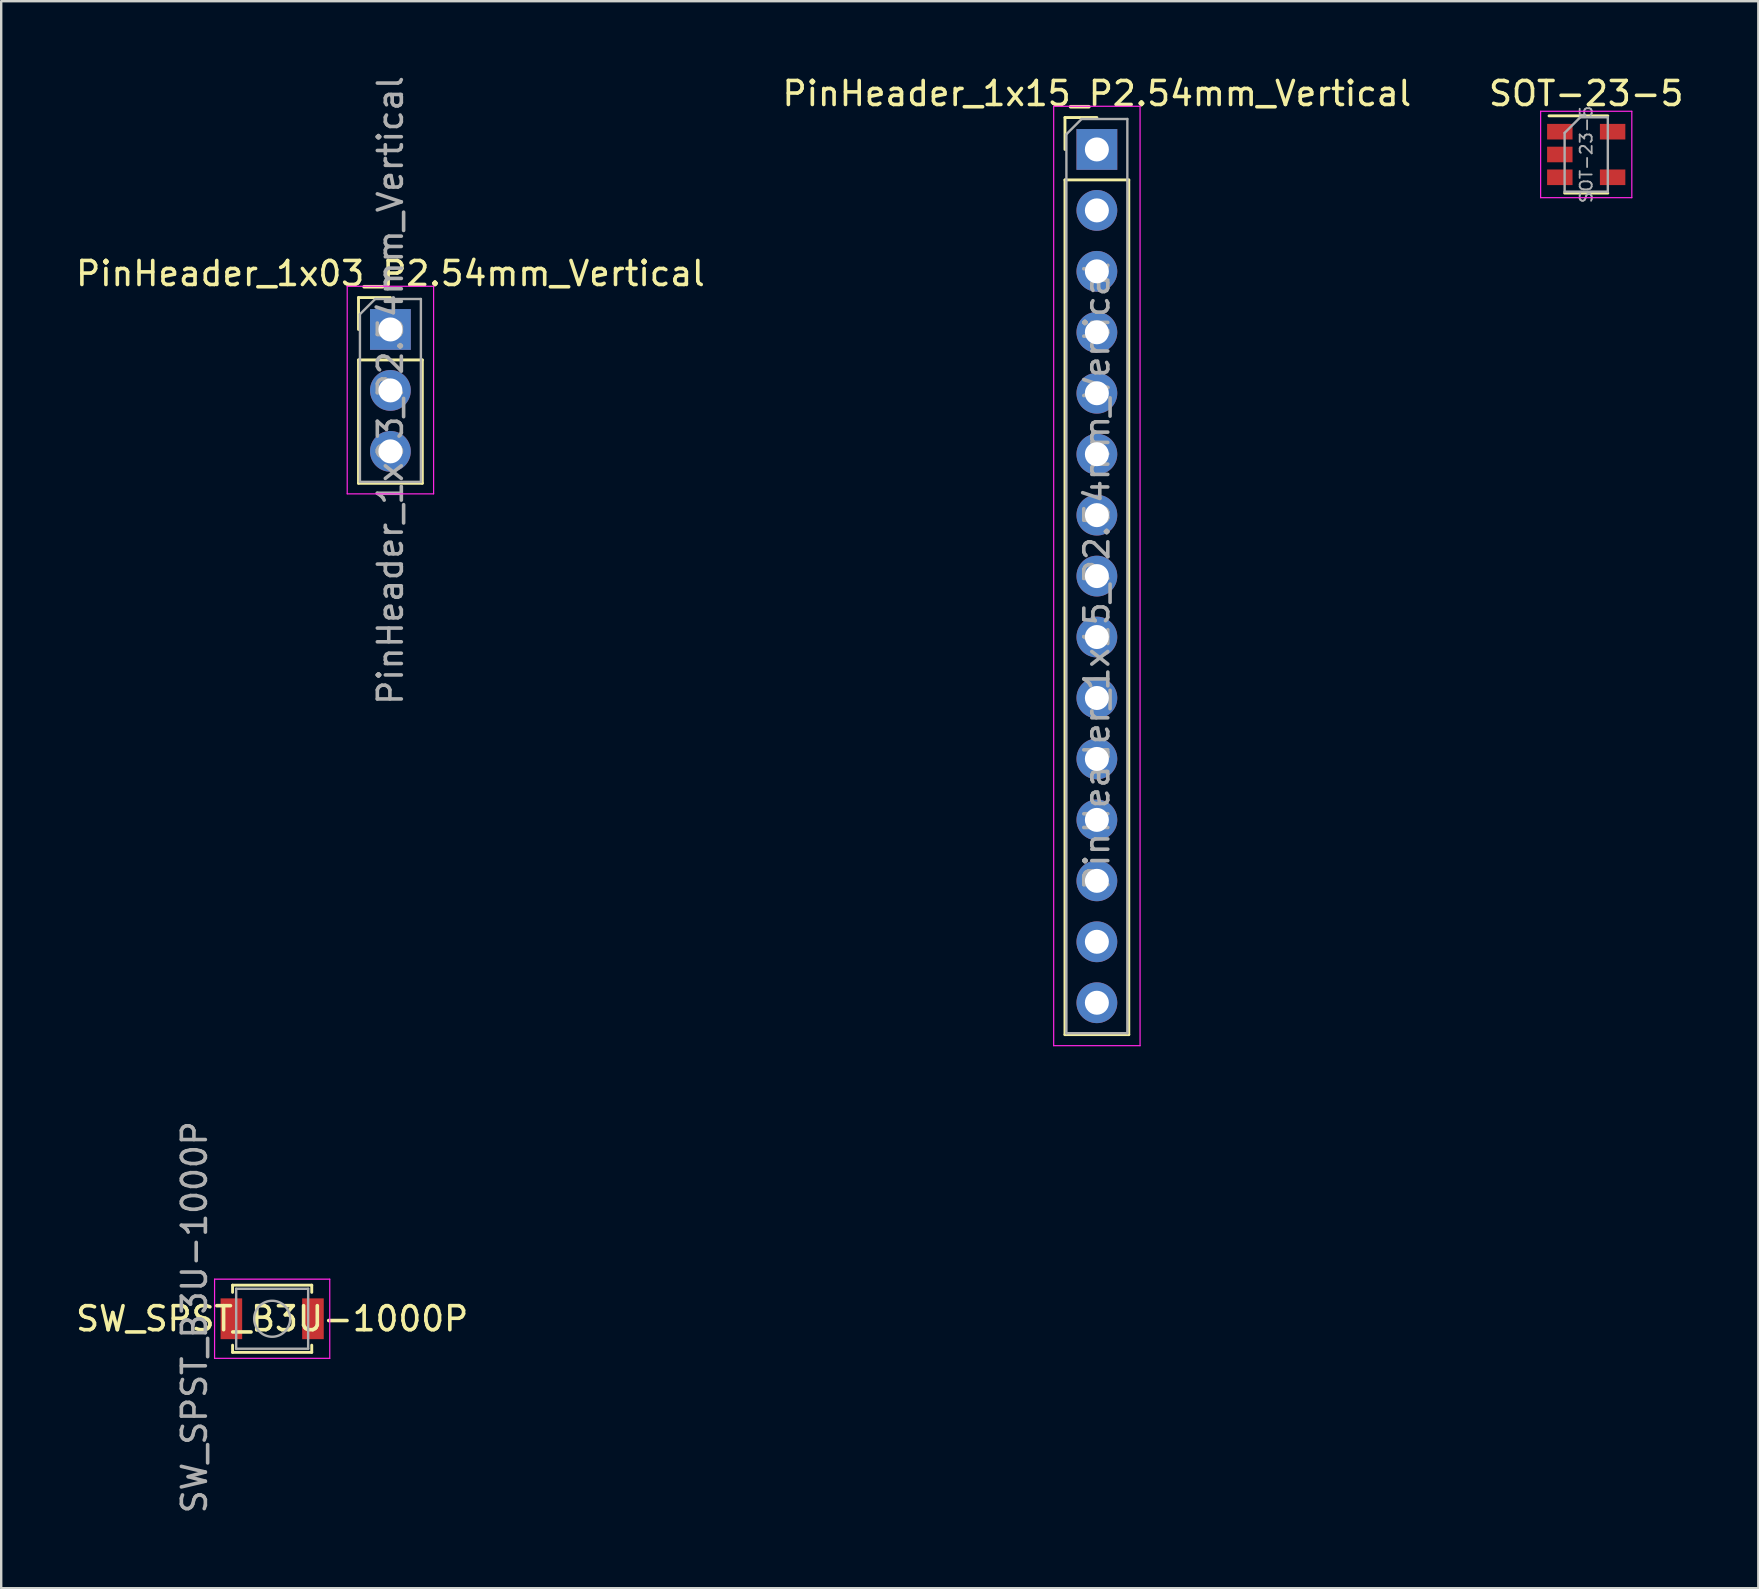
<source format=kicad_pcb>
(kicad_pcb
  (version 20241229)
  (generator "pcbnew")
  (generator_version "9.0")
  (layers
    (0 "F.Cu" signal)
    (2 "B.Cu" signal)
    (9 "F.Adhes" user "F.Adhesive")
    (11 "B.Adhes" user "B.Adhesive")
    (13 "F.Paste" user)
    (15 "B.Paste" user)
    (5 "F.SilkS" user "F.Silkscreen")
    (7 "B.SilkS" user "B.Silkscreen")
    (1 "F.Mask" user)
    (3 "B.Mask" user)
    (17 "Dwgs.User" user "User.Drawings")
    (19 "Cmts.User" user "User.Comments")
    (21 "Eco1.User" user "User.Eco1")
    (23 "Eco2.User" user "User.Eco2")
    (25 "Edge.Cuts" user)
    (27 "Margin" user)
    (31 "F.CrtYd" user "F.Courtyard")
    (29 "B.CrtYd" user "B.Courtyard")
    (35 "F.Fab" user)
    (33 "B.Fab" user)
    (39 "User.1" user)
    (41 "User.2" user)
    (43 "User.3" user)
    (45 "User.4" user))
  (footprint "PinHeader_1x03_P2.54mm_Vertical"
    (layer "F.Cu")
    (at 13.22 10.68)
    (property "Reference" "PinHeader_1x03_P2.54mm_Vertical" (at 0 -2.33 0) (layer "F.SilkS") (effects (font (size 1 1) (thickness 0.15))))
    (attr through_hole)
    (fp_line (start -1.33 -1.33) (end 0 -1.33) (stroke (width 0.12) (type solid)) (layer "F.SilkS"))
    (fp_line (start -1.33 0) (end -1.33 -1.33) (stroke (width 0.12) (type solid)) (layer "F.SilkS"))
    (fp_line (start -1.33 1.27) (end -1.33 6.41) (stroke (width 0.12) (type solid)) (layer "F.SilkS"))
    (fp_line (start -1.33 1.27) (end 1.33 1.27) (stroke (width 0.12) (type solid)) (layer "F.SilkS"))
    (fp_line (start -1.33 6.41) (end 1.33 6.41) (stroke (width 0.12) (type solid)) (layer "F.SilkS"))
    (fp_line (start 1.33 1.27) (end 1.33 6.41) (stroke (width 0.12) (type solid)) (layer "F.SilkS"))
    (fp_line (start -1.8 -1.8) (end -1.8 6.85) (stroke (width 0.05) (type solid)) (layer "F.CrtYd"))
    (fp_line (start -1.8 6.85) (end 1.8 6.85) (stroke (width 0.05) (type solid)) (layer "F.CrtYd"))
    (fp_line (start 1.8 -1.8) (end -1.8 -1.8) (stroke (width 0.05) (type solid)) (layer "F.CrtYd"))
    (fp_line (start 1.8 6.85) (end 1.8 -1.8) (stroke (width 0.05) (type solid)) (layer "F.CrtYd"))
    (fp_line (start -1.27 -0.635) (end -0.635 -1.27) (stroke (width 0.1) (type solid)) (layer "F.Fab"))
    (fp_line (start -1.27 6.35) (end -1.27 -0.635) (stroke (width 0.1) (type solid)) (layer "F.Fab"))
    (fp_line (start -0.635 -1.27) (end 1.27 -1.27) (stroke (width 0.1) (type solid)) (layer "F.Fab"))
    (fp_line (start 1.27 -1.27) (end 1.27 6.35) (stroke (width 0.1) (type solid)) (layer "F.Fab"))
    (fp_line (start 1.27 6.35) (end -1.27 6.35) (stroke (width 0.1) (type solid)) (layer "F.Fab"))
    (fp_text user "${REFERENCE}" (at 0 2.54 90) (layer "F.Fab") (effects (font (size 1 1) (thickness 0.15))))
    (pad "1" thru_hole rect (at 0 0) (size 1.7 1.7) (drill 1) (layers "*.Cu" "*.Mask"))
    (pad "2" thru_hole oval (at 0 2.54) (size 1.7 1.7) (drill 1) (layers "*.Cu" "*.Mask"))
    (pad "3" thru_hole oval (at 0 5.08) (size 1.7 1.7) (drill 1) (layers "*.Cu" "*.Mask")))
  (footprint "SOT-23-5"
    (layer "F.Cu")
    (at 63.054 3.388)
    (property "Reference" "SOT-23-5" (at 0 -2.54 180) (layer "F.SilkS") (effects (font (size 1 1) (thickness 0.15))))
    (attr smd)
    (fp_line (start -0.9 1.61) (end 0.9 1.61) (stroke (width 0.12) (type solid)) (layer "F.SilkS"))
    (fp_line (start 0.9 -1.61) (end -1.55 -1.61) (stroke (width 0.12) (type solid)) (layer "F.SilkS"))
    (fp_line (start -1.9 -1.8) (end 1.9 -1.8) (stroke (width 0.05) (type solid)) (layer "F.CrtYd"))
    (fp_line (start -1.9 1.8) (end -1.9 -1.8) (stroke (width 0.05) (type solid)) (layer "F.CrtYd"))
    (fp_line (start 1.9 -1.8) (end 1.9 1.8) (stroke (width 0.05) (type solid)) (layer "F.CrtYd"))
    (fp_line (start 1.9 1.8) (end -1.9 1.8) (stroke (width 0.05) (type solid)) (layer "F.CrtYd"))
    (fp_line (start -0.9 -0.9) (end -0.9 1.55) (stroke (width 0.1) (type solid)) (layer "F.Fab"))
    (fp_line (start -0.9 -0.9) (end -0.25 -1.55) (stroke (width 0.1) (type solid)) (layer "F.Fab"))
    (fp_line (start 0.9 -1.55) (end -0.25 -1.55) (stroke (width 0.1) (type solid)) (layer "F.Fab"))
    (fp_line (start 0.9 -1.55) (end 0.9 1.55) (stroke (width 0.1) (type solid)) (layer "F.Fab"))
    (fp_line (start 0.9 1.55) (end -0.9 1.55) (stroke (width 0.1) (type solid)) (layer "F.Fab"))
    (fp_text user "${REFERENCE}" (at 0 0 90) (layer "F.Fab") (effects (font (size 0.5 0.5) (thickness 0.075))))
    (pad "1" smd rect (at -1.1 -0.95) (size 1.06 0.65) (layers "F.Cu" "F.Mask" "F.Paste"))
    (pad "2" smd rect (at -1.1 0) (size 1.06 0.65) (layers "F.Cu" "F.Mask" "F.Paste"))
    (pad "3" smd rect (at -1.1 0.95) (size 1.06 0.65) (layers "F.Cu" "F.Mask" "F.Paste"))
    (pad "4" smd rect (at 1.1 0.95) (size 1.06 0.65) (layers "F.Cu" "F.Mask" "F.Paste"))
    (pad "5" smd rect (at 1.1 -0.95) (size 1.06 0.65) (layers "F.Cu" "F.Mask" "F.Paste")))
  (footprint "SW_SPST_B3U-1000P"
    (layer "F.Cu")
    (at 8.292 51.908)
    (property "Reference" "SW_SPST_B3U-1000P" (at 0 0 0) (layer "F.SilkS") (effects (font (size 1 1) (thickness 0.15))))
    (attr smd)
    (fp_line (start -1.65 -1.4) (end 1.65 -1.4) (stroke (width 0.12) (type solid)) (layer "F.SilkS"))
    (fp_line (start -1.65 -1.1) (end -1.65 -1.4) (stroke (width 0.12) (type solid)) (layer "F.SilkS"))
    (fp_line (start -1.65 1.1) (end -1.65 1.4) (stroke (width 0.12) (type solid)) (layer "F.SilkS"))
    (fp_line (start -1.65 1.4) (end 1.65 1.4) (stroke (width 0.12) (type solid)) (layer "F.SilkS"))
    (fp_line (start 1.65 -1.4) (end 1.65 -1.1) (stroke (width 0.12) (type solid)) (layer "F.SilkS"))
    (fp_line (start 1.65 1.4) (end 1.65 1.1) (stroke (width 0.12) (type solid)) (layer "F.SilkS"))
    (fp_line (start -2.4 -1.65) (end -2.4 1.65) (stroke (width 0.05) (type solid)) (layer "F.CrtYd"))
    (fp_line (start -2.4 1.65) (end 2.4 1.65) (stroke (width 0.05) (type solid)) (layer "F.CrtYd"))
    (fp_line (start 2.4 -1.65) (end -2.4 -1.65) (stroke (width 0.05) (type solid)) (layer "F.CrtYd"))
    (fp_line (start 2.4 1.65) (end 2.4 -1.65) (stroke (width 0.05) (type solid)) (layer "F.CrtYd"))
    (fp_line (start -1.5 -1.25) (end 1.5 -1.25) (stroke (width 0.1) (type solid)) (layer "F.Fab"))
    (fp_line (start -1.5 1.25) (end -1.5 -1.25) (stroke (width 0.1) (type solid)) (layer "F.Fab"))
    (fp_line (start 1.5 -1.25) (end 1.5 1.25) (stroke (width 0.1) (type solid)) (layer "F.Fab"))
    (fp_line (start 1.5 1.25) (end -1.5 1.25) (stroke (width 0.1) (type solid)) (layer "F.Fab"))
    (fp_circle (center 0 0) (end 0.75 0) (stroke (width 0.1) (type solid)) (fill no) (layer "F.Fab"))
    (fp_text user "${REFERENCE}" (at -3.239 -0.064 90) (layer "F.Fab") (effects (font (size 1 1) (thickness 0.15))))
    (pad "1" smd rect (at -1.7 0) (size 0.9 1.7) (layers "F.Cu" "F.Mask" "F.Paste"))
    (pad "2" smd rect (at 1.7 0) (size 0.9 1.7) (layers "F.Cu" "F.Mask" "F.Paste")))
  (footprint "PinHeader_1x15_P2.54mm_Vertical"
    (layer "F.Cu")
    (at 42.661 3.178)
    (property "Reference" "PinHeader_1x15_P2.54mm_Vertical" (at 0 -2.33 0) (layer "F.SilkS") (effects (font (size 1 1) (thickness 0.15))))
    (attr through_hole)
    (fp_line (start -1.33 -1.33) (end 0 -1.33) (stroke (width 0.12) (type solid)) (layer "F.SilkS"))
    (fp_line (start -1.33 0) (end -1.33 -1.33) (stroke (width 0.12) (type solid)) (layer "F.SilkS"))
    (fp_line (start -1.33 1.27) (end -1.33 36.89) (stroke (width 0.12) (type solid)) (layer "F.SilkS"))
    (fp_line (start -1.33 1.27) (end 1.33 1.27) (stroke (width 0.12) (type solid)) (layer "F.SilkS"))
    (fp_line (start -1.33 36.89) (end 1.33 36.89) (stroke (width 0.12) (type solid)) (layer "F.SilkS"))
    (fp_line (start 1.33 1.27) (end 1.33 36.89) (stroke (width 0.12) (type solid)) (layer "F.SilkS"))
    (fp_line (start -1.8 -1.8) (end -1.8 37.35) (stroke (width 0.05) (type solid)) (layer "F.CrtYd"))
    (fp_line (start -1.8 37.35) (end 1.8 37.35) (stroke (width 0.05) (type solid)) (layer "F.CrtYd"))
    (fp_line (start 1.8 -1.8) (end -1.8 -1.8) (stroke (width 0.05) (type solid)) (layer "F.CrtYd"))
    (fp_line (start 1.8 37.35) (end 1.8 -1.8) (stroke (width 0.05) (type solid)) (layer "F.CrtYd"))
    (fp_line (start -1.27 -0.635) (end -0.635 -1.27) (stroke (width 0.1) (type solid)) (layer "F.Fab"))
    (fp_line (start -1.27 36.83) (end -1.27 -0.635) (stroke (width 0.1) (type solid)) (layer "F.Fab"))
    (fp_line (start -0.635 -1.27) (end 1.27 -1.27) (stroke (width 0.1) (type solid)) (layer "F.Fab"))
    (fp_line (start 1.27 -1.27) (end 1.27 36.83) (stroke (width 0.1) (type solid)) (layer "F.Fab"))
    (fp_line (start 1.27 36.83) (end -1.27 36.83) (stroke (width 0.1) (type solid)) (layer "F.Fab"))
    (fp_text user "${REFERENCE}" (at 0 17.78 90) (layer "F.Fab") (effects (font (size 1 1) (thickness 0.15))))
    (pad "1" thru_hole rect (at 0 0) (size 1.7 1.7) (drill 1) (layers "*.Cu" "*.Mask"))
    (pad "2" thru_hole oval (at 0 2.54) (size 1.7 1.7) (drill 1) (layers "*.Cu" "*.Mask"))
    (pad "3" thru_hole oval (at 0 5.08) (size 1.7 1.7) (drill 1) (layers "*.Cu" "*.Mask"))
    (pad "4" thru_hole oval (at 0 7.62) (size 1.7 1.7) (drill 1) (layers "*.Cu" "*.Mask"))
    (pad "5" thru_hole oval (at 0 10.16) (size 1.7 1.7) (drill 1) (layers "*.Cu" "*.Mask"))
    (pad "6" thru_hole oval (at 0 12.7) (size 1.7 1.7) (drill 1) (layers "*.Cu" "*.Mask"))
    (pad "7" thru_hole oval (at 0 15.24) (size 1.7 1.7) (drill 1) (layers "*.Cu" "*.Mask"))
    (pad "8" thru_hole oval (at 0 17.78) (size 1.7 1.7) (drill 1) (layers "*.Cu" "*.Mask"))
    (pad "9" thru_hole oval (at 0 20.32) (size 1.7 1.7) (drill 1) (layers "*.Cu" "*.Mask"))
    (pad "10" thru_hole oval (at 0 22.86) (size 1.7 1.7) (drill 1) (layers "*.Cu" "*.Mask"))
    (pad "11" thru_hole oval (at 0 25.4) (size 1.7 1.7) (drill 1) (layers "*.Cu" "*.Mask"))
    (pad "12" thru_hole oval (at 0 27.94) (size 1.7 1.7) (drill 1) (layers "*.Cu" "*.Mask"))
    (pad "13" thru_hole oval (at 0 30.48) (size 1.7 1.7) (drill 1) (layers "*.Cu" "*.Mask"))
    (pad "14" thru_hole oval (at 0 33.02) (size 1.7 1.7) (drill 1) (layers "*.Cu" "*.Mask"))
    (pad "15" thru_hole oval (at 0 35.56) (size 1.7 1.7) (drill 1) (layers "*.Cu" "*.Mask")))
  (gr_rect
    (start -3 -3)
    (end 70.226 63.137)
    (stroke (width 0.1) (type default))
    (fill no)
    (layer "Edge.Cuts")))
</source>
